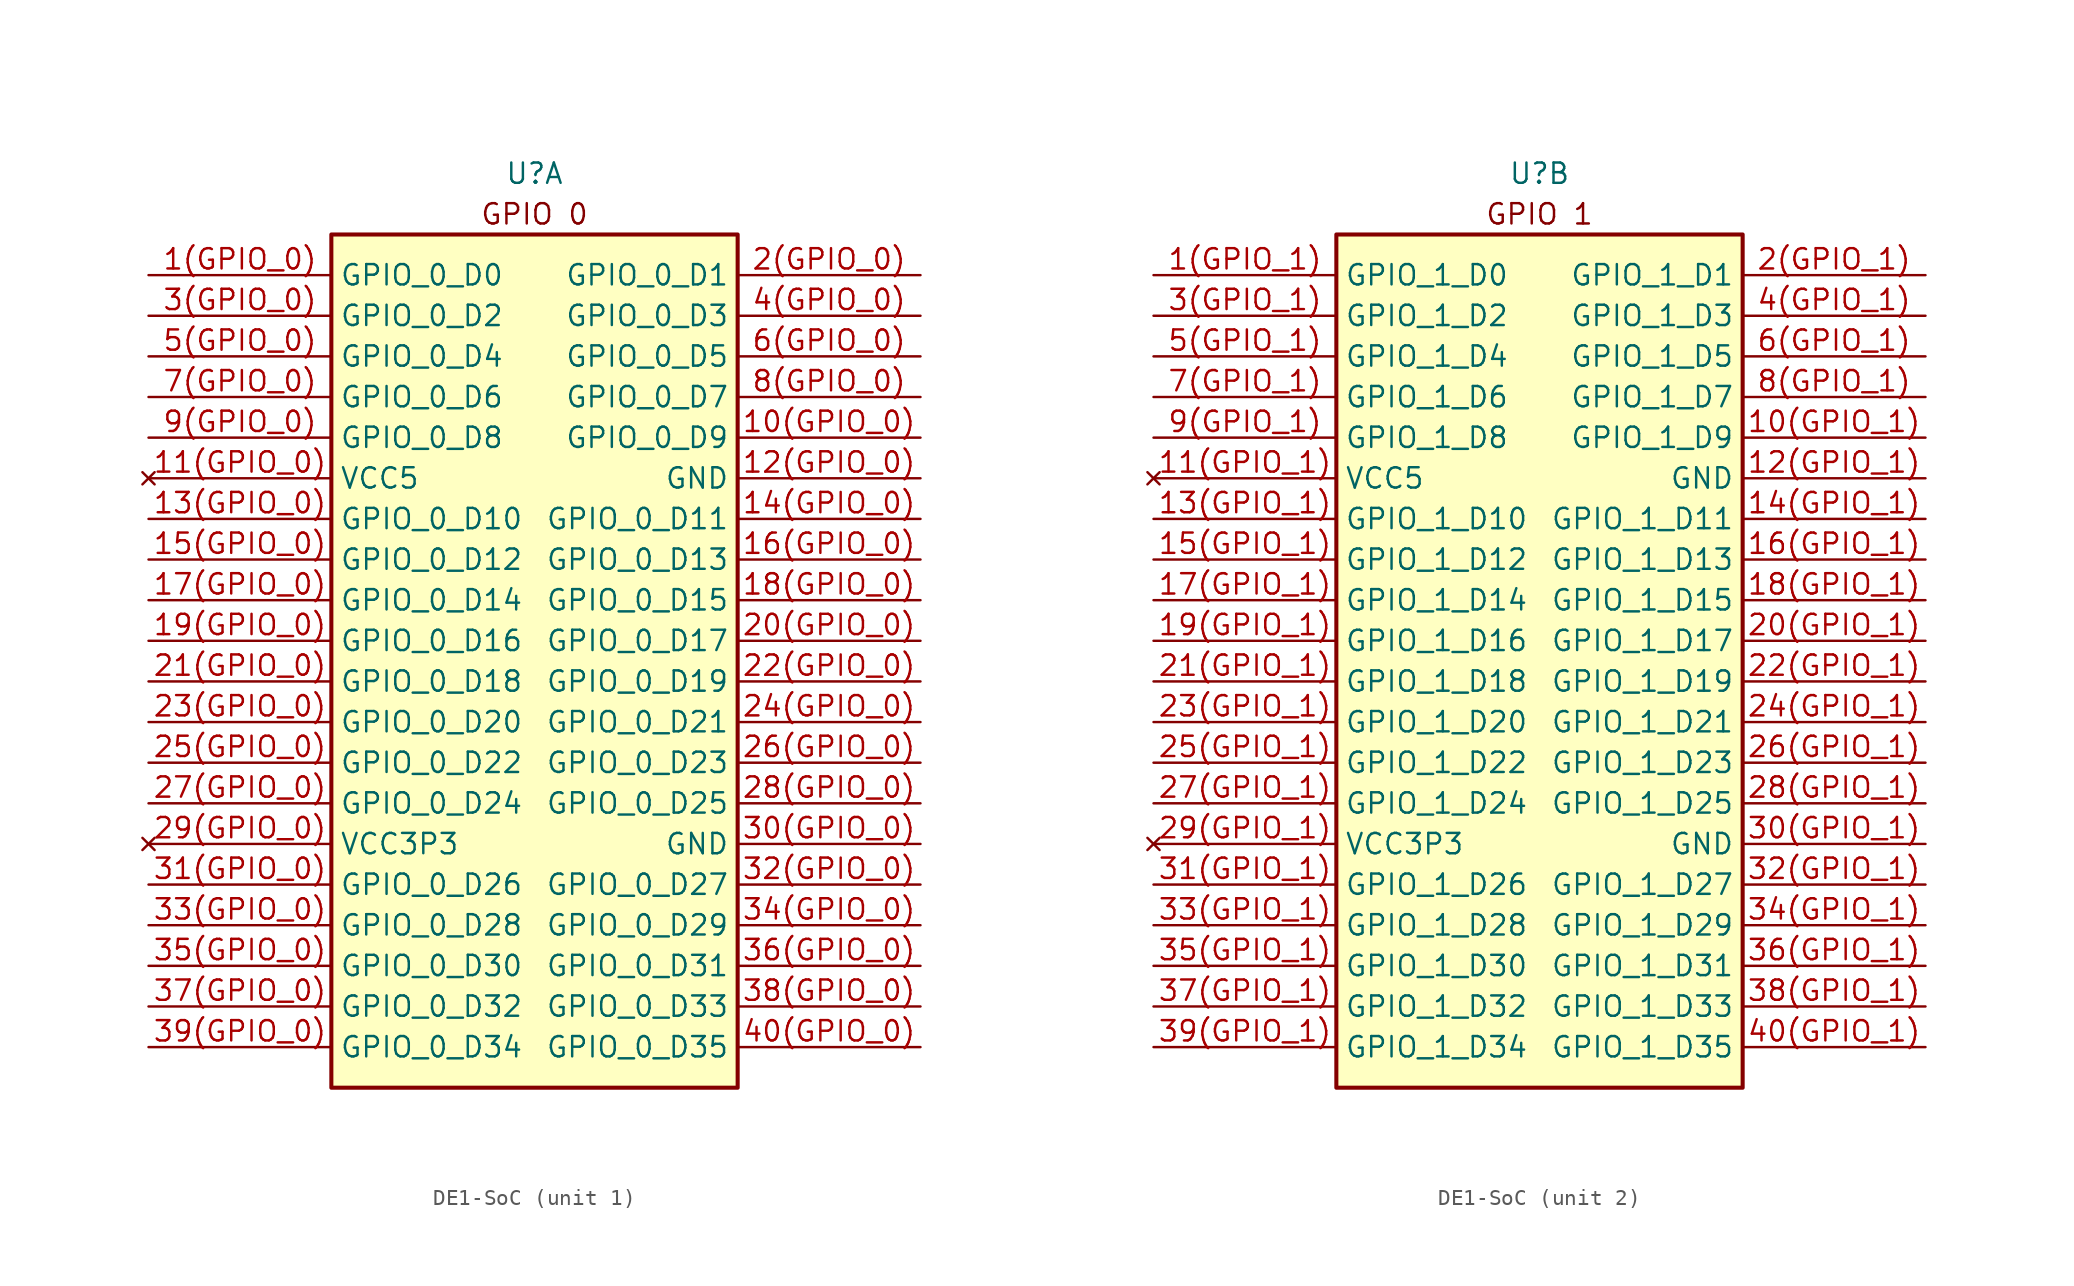
<source format=kicad_sym>
(kicad_symbol_lib
  (version 20220914)
  (generator kicad_symbol_editor)
  (symbol "DE1-SoC"
    (property "Reference" "U"
      (at 0 29.21 0)
      (effects (font (size 1.27 1.27))))
    (property "Value" ""
      (at 0 0 0)
      (effects (font (size 1.27 1.27))))
    (property "ki_locked" ""
      (at 0 0 0)
      (effects (font (size 1.27 1.27))))
    (symbol "DE1-SoC_1_1"
      (rectangle (start -12.7 25.4) (end 12.7 -27.94) (stroke (width 0.254) (type default)) (fill (type background)))
      (text "GPIO 0" (at 0 26.67 0) (effects (font (size 1.27 1.27))))
      (pin passive line (at -24.13 22.86 0) (length 11.43) (name "GPIO_0_D0" (effects (font (size 1.27 1.27)))) (number "1(GPIO_0)" (effects (font (size 1.27 1.27)))))
      (pin passive line (at 24.13 12.7 180) (length 11.43) (name "GPIO_0_D9" (effects (font (size 1.27 1.27)))) (number "10(GPIO_0)" (effects (font (size 1.27 1.27)))))
      (pin no_connect line (at -24.13 10.16 0) (length 11.43) (name "VCC5" (effects (font (size 1.27 1.27)))) (number "11(GPIO_0)" (effects (font (size 1.27 1.27)))))
      (pin passive line (at 24.13 10.16 180) (length 11.43) (name "GND" (effects (font (size 1.27 1.27)))) (number "12(GPIO_0)" (effects (font (size 1.27 1.27)))))
      (pin passive line (at -24.13 7.62 0) (length 11.43) (name "GPIO_0_D10" (effects (font (size 1.27 1.27)))) (number "13(GPIO_0)" (effects (font (size 1.27 1.27)))))
      (pin passive line (at 24.13 7.62 180) (length 11.43) (name "GPIO_0_D11" (effects (font (size 1.27 1.27)))) (number "14(GPIO_0)" (effects (font (size 1.27 1.27)))))
      (pin passive line (at -24.13 5.08 0) (length 11.43) (name "GPIO_0_D12" (effects (font (size 1.27 1.27)))) (number "15(GPIO_0)" (effects (font (size 1.27 1.27)))))
      (pin passive line (at 24.13 5.08 180) (length 11.43) (name "GPIO_0_D13" (effects (font (size 1.27 1.27)))) (number "16(GPIO_0)" (effects (font (size 1.27 1.27)))))
      (pin passive line (at -24.13 2.54 0) (length 11.43) (name "GPIO_0_D14" (effects (font (size 1.27 1.27)))) (number "17(GPIO_0)" (effects (font (size 1.27 1.27)))))
      (pin passive line (at 24.13 2.54 180) (length 11.43) (name "GPIO_0_D15" (effects (font (size 1.27 1.27)))) (number "18(GPIO_0)" (effects (font (size 1.27 1.27)))))
      (pin passive line (at -24.13 0 0) (length 11.43) (name "GPIO_0_D16" (effects (font (size 1.27 1.27)))) (number "19(GPIO_0)" (effects (font (size 1.27 1.27)))))
      (pin passive line (at 24.13 22.86 180) (length 11.43) (name "GPIO_0_D1" (effects (font (size 1.27 1.27)))) (number "2(GPIO_0)" (effects (font (size 1.27 1.27)))))
      (pin passive line (at 24.13 0 180) (length 11.43) (name "GPIO_0_D17" (effects (font (size 1.27 1.27)))) (number "20(GPIO_0)" (effects (font (size 1.27 1.27)))))
      (pin passive line (at -24.13 -2.54 0) (length 11.43) (name "GPIO_0_D18" (effects (font (size 1.27 1.27)))) (number "21(GPIO_0)" (effects (font (size 1.27 1.27)))))
      (pin passive line (at 24.13 -2.54 180) (length 11.43) (name "GPIO_0_D19" (effects (font (size 1.27 1.27)))) (number "22(GPIO_0)" (effects (font (size 1.27 1.27)))))
      (pin passive line (at -24.13 -5.08 0) (length 11.43) (name "GPIO_0_D20" (effects (font (size 1.27 1.27)))) (number "23(GPIO_0)" (effects (font (size 1.27 1.27)))))
      (pin passive line (at 24.13 -5.08 180) (length 11.43) (name "GPIO_0_D21" (effects (font (size 1.27 1.27)))) (number "24(GPIO_0)" (effects (font (size 1.27 1.27)))))
      (pin passive line (at -24.13 -7.62 0) (length 11.43) (name "GPIO_0_D22" (effects (font (size 1.27 1.27)))) (number "25(GPIO_0)" (effects (font (size 1.27 1.27)))))
      (pin passive line (at 24.13 -7.62 180) (length 11.43) (name "GPIO_0_D23" (effects (font (size 1.27 1.27)))) (number "26(GPIO_0)" (effects (font (size 1.27 1.27)))))
      (pin passive line (at -24.13 -10.16 0) (length 11.43) (name "GPIO_0_D24" (effects (font (size 1.27 1.27)))) (number "27(GPIO_0)" (effects (font (size 1.27 1.27)))))
      (pin passive line (at 24.13 -10.16 180) (length 11.43) (name "GPIO_0_D25" (effects (font (size 1.27 1.27)))) (number "28(GPIO_0)" (effects (font (size 1.27 1.27)))))
      (pin no_connect line (at -24.13 -12.7 0) (length 11.43) (name "VCC3P3" (effects (font (size 1.27 1.27)))) (number "29(GPIO_0)" (effects (font (size 1.27 1.27)))))
      (pin passive line (at -24.13 20.32 0) (length 11.43) (name "GPIO_0_D2" (effects (font (size 1.27 1.27)))) (number "3(GPIO_0)" (effects (font (size 1.27 1.27)))))
      (pin passive line (at 24.13 -12.7 180) (length 11.43) (name "GND" (effects (font (size 1.27 1.27)))) (number "30(GPIO_0)" (effects (font (size 1.27 1.27)))))
      (pin passive line (at -24.13 -15.24 0) (length 11.43) (name "GPIO_0_D26" (effects (font (size 1.27 1.27)))) (number "31(GPIO_0)" (effects (font (size 1.27 1.27)))))
      (pin passive line (at 24.13 -15.24 180) (length 11.43) (name "GPIO_0_D27" (effects (font (size 1.27 1.27)))) (number "32(GPIO_0)" (effects (font (size 1.27 1.27)))))
      (pin passive line (at -24.13 -17.78 0) (length 11.43) (name "GPIO_0_D28" (effects (font (size 1.27 1.27)))) (number "33(GPIO_0)" (effects (font (size 1.27 1.27)))))
      (pin passive line (at 24.13 -17.78 180) (length 11.43) (name "GPIO_0_D29" (effects (font (size 1.27 1.27)))) (number "34(GPIO_0)" (effects (font (size 1.27 1.27)))))
      (pin passive line (at -24.13 -20.32 0) (length 11.43) (name "GPIO_0_D30" (effects (font (size 1.27 1.27)))) (number "35(GPIO_0)" (effects (font (size 1.27 1.27)))))
      (pin passive line (at 24.13 -20.32 180) (length 11.43) (name "GPIO_0_D31" (effects (font (size 1.27 1.27)))) (number "36(GPIO_0)" (effects (font (size 1.27 1.27)))))
      (pin passive line (at -24.13 -22.86 0) (length 11.43) (name "GPIO_0_D32" (effects (font (size 1.27 1.27)))) (number "37(GPIO_0)" (effects (font (size 1.27 1.27)))))
      (pin passive line (at 24.13 -22.86 180) (length 11.43) (name "GPIO_0_D33" (effects (font (size 1.27 1.27)))) (number "38(GPIO_0)" (effects (font (size 1.27 1.27)))))
      (pin passive line (at -24.13 -25.4 0) (length 11.43) (name "GPIO_0_D34" (effects (font (size 1.27 1.27)))) (number "39(GPIO_0)" (effects (font (size 1.27 1.27)))))
      (pin passive line (at 24.13 20.32 180) (length 11.43) (name "GPIO_0_D3" (effects (font (size 1.27 1.27)))) (number "4(GPIO_0)" (effects (font (size 1.27 1.27)))))
      (pin passive line (at 24.13 -25.4 180) (length 11.43) (name "GPIO_0_D35" (effects (font (size 1.27 1.27)))) (number "40(GPIO_0)" (effects (font (size 1.27 1.27)))))
      (pin passive line (at -24.13 17.78 0) (length 11.43) (name "GPIO_0_D4" (effects (font (size 1.27 1.27)))) (number "5(GPIO_0)" (effects (font (size 1.27 1.27)))))
      (pin passive line (at 24.13 17.78 180) (length 11.43) (name "GPIO_0_D5" (effects (font (size 1.27 1.27)))) (number "6(GPIO_0)" (effects (font (size 1.27 1.27)))))
      (pin passive line (at -24.13 15.24 0) (length 11.43) (name "GPIO_0_D6" (effects (font (size 1.27 1.27)))) (number "7(GPIO_0)" (effects (font (size 1.27 1.27)))))
      (pin passive line (at 24.13 15.24 180) (length 11.43) (name "GPIO_0_D7" (effects (font (size 1.27 1.27)))) (number "8(GPIO_0)" (effects (font (size 1.27 1.27)))))
      (pin passive line (at -24.13 12.7 0) (length 11.43) (name "GPIO_0_D8" (effects (font (size 1.27 1.27)))) (number "9(GPIO_0)" (effects (font (size 1.27 1.27))))))
    (symbol "DE1-SoC_2_1"
      (rectangle (start -12.7 25.4) (end 12.7 -27.94) (stroke (width 0.254) (type default)) (fill (type background)))
      (text "GPIO 1" (at 0 26.67 0) (effects (font (size 1.27 1.27))))
      (pin passive line (at -24.13 22.86 0) (length 11.43) (name "GPIO_1_D0" (effects (font (size 1.27 1.27)))) (number "1(GPIO_1)" (effects (font (size 1.27 1.27)))))
      (pin passive line (at 24.13 12.7 180) (length 11.43) (name "GPIO_1_D9" (effects (font (size 1.27 1.27)))) (number "10(GPIO_1)" (effects (font (size 1.27 1.27)))))
      (pin no_connect line (at -24.13 10.16 0) (length 11.43) (name "VCC5" (effects (font (size 1.27 1.27)))) (number "11(GPIO_1)" (effects (font (size 1.27 1.27)))))
      (pin passive line (at 24.13 10.16 180) (length 11.43) (name "GND" (effects (font (size 1.27 1.27)))) (number "12(GPIO_1)" (effects (font (size 1.27 1.27)))))
      (pin passive line (at -24.13 7.62 0) (length 11.43) (name "GPIO_1_D10" (effects (font (size 1.27 1.27)))) (number "13(GPIO_1)" (effects (font (size 1.27 1.27)))))
      (pin passive line (at 24.13 7.62 180) (length 11.43) (name "GPIO_1_D11" (effects (font (size 1.27 1.27)))) (number "14(GPIO_1)" (effects (font (size 1.27 1.27)))))
      (pin passive line (at -24.13 5.08 0) (length 11.43) (name "GPIO_1_D12" (effects (font (size 1.27 1.27)))) (number "15(GPIO_1)" (effects (font (size 1.27 1.27)))))
      (pin passive line (at 24.13 5.08 180) (length 11.43) (name "GPIO_1_D13" (effects (font (size 1.27 1.27)))) (number "16(GPIO_1)" (effects (font (size 1.27 1.27)))))
      (pin passive line (at -24.13 2.54 0) (length 11.43) (name "GPIO_1_D14" (effects (font (size 1.27 1.27)))) (number "17(GPIO_1)" (effects (font (size 1.27 1.27)))))
      (pin passive line (at 24.13 2.54 180) (length 11.43) (name "GPIO_1_D15" (effects (font (size 1.27 1.27)))) (number "18(GPIO_1)" (effects (font (size 1.27 1.27)))))
      (pin passive line (at -24.13 0 0) (length 11.43) (name "GPIO_1_D16" (effects (font (size 1.27 1.27)))) (number "19(GPIO_1)" (effects (font (size 1.27 1.27)))))
      (pin passive line (at 24.13 22.86 180) (length 11.43) (name "GPIO_1_D1" (effects (font (size 1.27 1.27)))) (number "2(GPIO_1)" (effects (font (size 1.27 1.27)))))
      (pin passive line (at 24.13 0 180) (length 11.43) (name "GPIO_1_D17" (effects (font (size 1.27 1.27)))) (number "20(GPIO_1)" (effects (font (size 1.27 1.27)))))
      (pin passive line (at -24.13 -2.54 0) (length 11.43) (name "GPIO_1_D18" (effects (font (size 1.27 1.27)))) (number "21(GPIO_1)" (effects (font (size 1.27 1.27)))))
      (pin passive line (at 24.13 -2.54 180) (length 11.43) (name "GPIO_1_D19" (effects (font (size 1.27 1.27)))) (number "22(GPIO_1)" (effects (font (size 1.27 1.27)))))
      (pin passive line (at -24.13 -5.08 0) (length 11.43) (name "GPIO_1_D20" (effects (font (size 1.27 1.27)))) (number "23(GPIO_1)" (effects (font (size 1.27 1.27)))))
      (pin passive line (at 24.13 -5.08 180) (length 11.43) (name "GPIO_1_D21" (effects (font (size 1.27 1.27)))) (number "24(GPIO_1)" (effects (font (size 1.27 1.27)))))
      (pin passive line (at -24.13 -7.62 0) (length 11.43) (name "GPIO_1_D22" (effects (font (size 1.27 1.27)))) (number "25(GPIO_1)" (effects (font (size 1.27 1.27)))))
      (pin passive line (at 24.13 -7.62 180) (length 11.43) (name "GPIO_1_D23" (effects (font (size 1.27 1.27)))) (number "26(GPIO_1)" (effects (font (size 1.27 1.27)))))
      (pin passive line (at -24.13 -10.16 0) (length 11.43) (name "GPIO_1_D24" (effects (font (size 1.27 1.27)))) (number "27(GPIO_1)" (effects (font (size 1.27 1.27)))))
      (pin passive line (at 24.13 -10.16 180) (length 11.43) (name "GPIO_1_D25" (effects (font (size 1.27 1.27)))) (number "28(GPIO_1)" (effects (font (size 1.27 1.27)))))
      (pin no_connect line (at -24.13 -12.7 0) (length 11.43) (name "VCC3P3" (effects (font (size 1.27 1.27)))) (number "29(GPIO_1)" (effects (font (size 1.27 1.27)))))
      (pin passive line (at -24.13 20.32 0) (length 11.43) (name "GPIO_1_D2" (effects (font (size 1.27 1.27)))) (number "3(GPIO_1)" (effects (font (size 1.27 1.27)))))
      (pin passive line (at 24.13 -12.7 180) (length 11.43) (name "GND" (effects (font (size 1.27 1.27)))) (number "30(GPIO_1)" (effects (font (size 1.27 1.27)))))
      (pin passive line (at -24.13 -15.24 0) (length 11.43) (name "GPIO_1_D26" (effects (font (size 1.27 1.27)))) (number "31(GPIO_1)" (effects (font (size 1.27 1.27)))))
      (pin passive line (at 24.13 -15.24 180) (length 11.43) (name "GPIO_1_D27" (effects (font (size 1.27 1.27)))) (number "32(GPIO_1)" (effects (font (size 1.27 1.27)))))
      (pin passive line (at -24.13 -17.78 0) (length 11.43) (name "GPIO_1_D28" (effects (font (size 1.27 1.27)))) (number "33(GPIO_1)" (effects (font (size 1.27 1.27)))))
      (pin passive line (at 24.13 -17.78 180) (length 11.43) (name "GPIO_1_D29" (effects (font (size 1.27 1.27)))) (number "34(GPIO_1)" (effects (font (size 1.27 1.27)))))
      (pin passive line (at -24.13 -20.32 0) (length 11.43) (name "GPIO_1_D30" (effects (font (size 1.27 1.27)))) (number "35(GPIO_1)" (effects (font (size 1.27 1.27)))))
      (pin passive line (at 24.13 -20.32 180) (length 11.43) (name "GPIO_1_D31" (effects (font (size 1.27 1.27)))) (number "36(GPIO_1)" (effects (font (size 1.27 1.27)))))
      (pin passive line (at -24.13 -22.86 0) (length 11.43) (name "GPIO_1_D32" (effects (font (size 1.27 1.27)))) (number "37(GPIO_1)" (effects (font (size 1.27 1.27)))))
      (pin passive line (at 24.13 -22.86 180) (length 11.43) (name "GPIO_1_D33" (effects (font (size 1.27 1.27)))) (number "38(GPIO_1)" (effects (font (size 1.27 1.27)))))
      (pin passive line (at -24.13 -25.4 0) (length 11.43) (name "GPIO_1_D34" (effects (font (size 1.27 1.27)))) (number "39(GPIO_1)" (effects (font (size 1.27 1.27)))))
      (pin passive line (at 24.13 20.32 180) (length 11.43) (name "GPIO_1_D3" (effects (font (size 1.27 1.27)))) (number "4(GPIO_1)" (effects (font (size 1.27 1.27)))))
      (pin passive line (at 24.13 -25.4 180) (length 11.43) (name "GPIO_1_D35" (effects (font (size 1.27 1.27)))) (number "40(GPIO_1)" (effects (font (size 1.27 1.27)))))
      (pin passive line (at -24.13 17.78 0) (length 11.43) (name "GPIO_1_D4" (effects (font (size 1.27 1.27)))) (number "5(GPIO_1)" (effects (font (size 1.27 1.27)))))
      (pin passive line (at 24.13 17.78 180) (length 11.43) (name "GPIO_1_D5" (effects (font (size 1.27 1.27)))) (number "6(GPIO_1)" (effects (font (size 1.27 1.27)))))
      (pin passive line (at -24.13 15.24 0) (length 11.43) (name "GPIO_1_D6" (effects (font (size 1.27 1.27)))) (number "7(GPIO_1)" (effects (font (size 1.27 1.27)))))
      (pin passive line (at 24.13 15.24 180) (length 11.43) (name "GPIO_1_D7" (effects (font (size 1.27 1.27)))) (number "8(GPIO_1)" (effects (font (size 1.27 1.27)))))
      (pin passive line (at -24.13 12.7 0) (length 11.43) (name "GPIO_1_D8" (effects (font (size 1.27 1.27)))) (number "9(GPIO_1)" (effects (font (size 1.27 1.27))))))))
</source>
